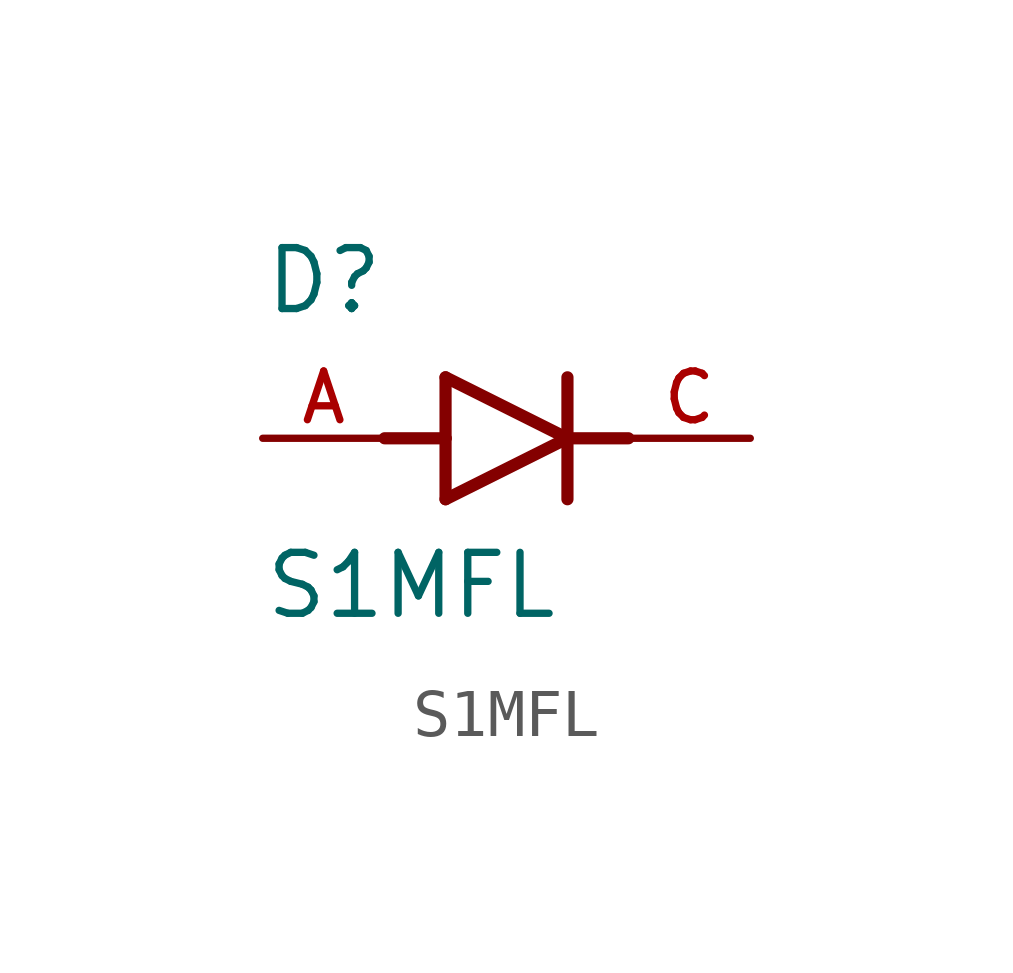
<source format=kicad_sym>
(kicad_symbol_lib
  (version 20211014)
  (generator kicad_symbol_editor)
  (symbol "S1MFL"
    (pin_names
      (offset 1.016))
    (property "Reference" "D"
      (at -5.08 2.54 0)
      (effects (font (size 1.27 1.27)) (justify bottom left)))
    (property "Value" "S1MFL"
      (at -5.08 -3.81 0)
      (effects (font (size 1.27 1.27)) (justify bottom left)))
    (symbol "S1MFL_0_0"
      (polyline (pts (xy -1.27 -1.27) (xy 1.27 0.0)) (stroke (width 0.254)))
      (polyline (pts (xy 1.27 0.0) (xy -1.27 1.27)) (stroke (width 0.254)))
      (polyline (pts (xy 1.27 1.27) (xy 1.27 0.0)) (stroke (width 0.254)))
      (polyline (pts (xy -1.27 1.27) (xy -1.27 0.0)) (stroke (width 0.254)))
      (polyline (pts (xy -1.27 0.0) (xy -1.27 -1.27)) (stroke (width 0.254)))
      (polyline (pts (xy 1.27 0.0) (xy 1.27 -1.27)) (stroke (width 0.254)))
      (polyline (pts (xy -2.54 0.0) (xy -1.27 0.0)) (stroke (width 0.254)))
      (polyline (pts (xy 1.27 0.0) (xy 2.54 0.0)) (stroke (width 0.254)))
      (pin passive line (at -5.08 0.0 0) (length 2.54) (name "~" (effects (font (size 1.016 1.016)))) (number "A" (effects (font (size 1.016 1.016)))))
      (pin passive line (at 5.08 0.0 180.0) (length 2.54) (name "~" (effects (font (size 1.016 1.016)))) (number "C" (effects (font (size 1.016 1.016))))))))
</source>
